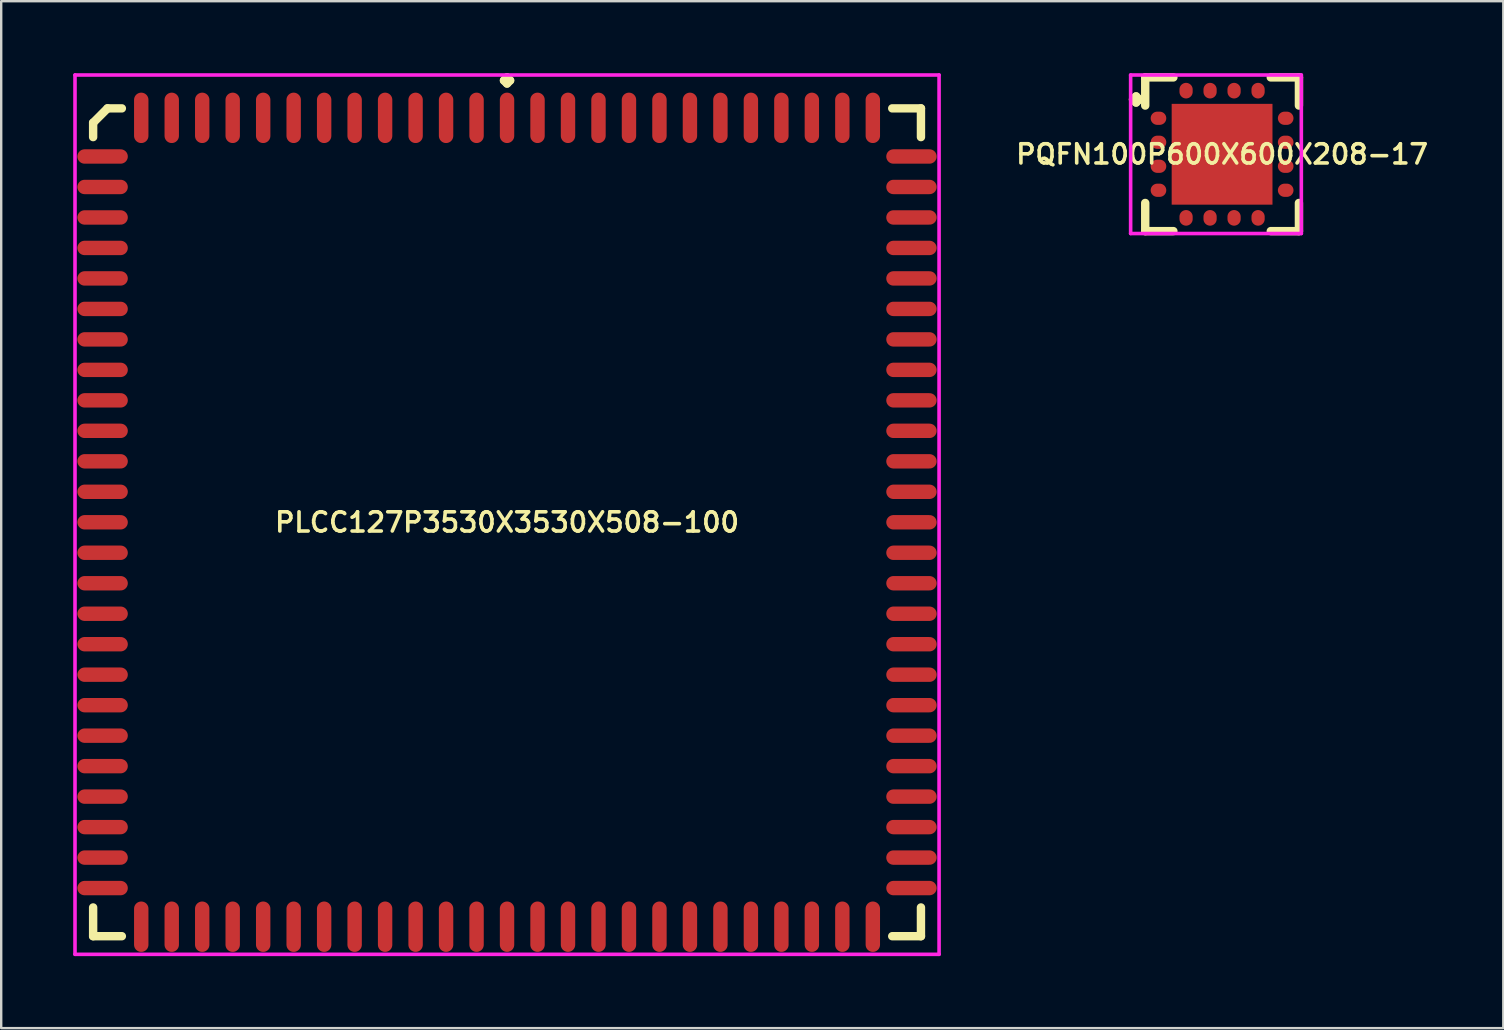
<source format=kicad_pcb>
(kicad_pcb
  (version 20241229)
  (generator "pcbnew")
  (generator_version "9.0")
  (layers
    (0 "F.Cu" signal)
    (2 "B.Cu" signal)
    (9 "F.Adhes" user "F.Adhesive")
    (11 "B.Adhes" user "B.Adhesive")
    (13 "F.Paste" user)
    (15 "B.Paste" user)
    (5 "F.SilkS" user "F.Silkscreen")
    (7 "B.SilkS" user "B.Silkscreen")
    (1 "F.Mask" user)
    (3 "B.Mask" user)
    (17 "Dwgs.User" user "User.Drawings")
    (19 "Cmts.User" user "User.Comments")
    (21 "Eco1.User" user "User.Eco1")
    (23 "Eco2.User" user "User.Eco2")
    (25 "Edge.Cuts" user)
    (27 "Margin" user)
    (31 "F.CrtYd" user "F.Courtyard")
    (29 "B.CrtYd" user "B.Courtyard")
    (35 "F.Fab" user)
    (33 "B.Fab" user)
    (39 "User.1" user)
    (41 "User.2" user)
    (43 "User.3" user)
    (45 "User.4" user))
  (footprint "PLCC127P3530X3530X508-100"
    (layer "F.Cu")
    (at 18.075 18.71)
    (property "Reference" "PLCC127P3530X3530X508-100" (at 0 0 0) (layer "F.SilkS") (effects (font (size 0.8 0.8) (thickness 0.15))))
    (attr smd)
    (fp_line (start -17.245 -16.646) (end -16.646 -17.245) (stroke (width 0.35) (type solid)) (layer "F.SilkS"))
    (fp_line (start -17.245 -16.048) (end -17.245 -16.646) (stroke (width 0.35) (type solid)) (layer "F.SilkS"))
    (fp_line (start -17.245 16.048) (end -17.245 17.245) (stroke (width 0.35) (type solid)) (layer "F.SilkS"))
    (fp_line (start -17.245 17.245) (end -16.048 17.245) (stroke (width 0.35) (type solid)) (layer "F.SilkS"))
    (fp_line (start -16.646 -17.245) (end -16.048 -17.245) (stroke (width 0.35) (type solid)) (layer "F.SilkS"))
    (fp_line (start -0.127 -18.408) (end 0 -18.535) (stroke (width 0.35) (type solid)) (layer "F.SilkS"))
    (fp_line (start 0 -18.535) (end 0.127 -18.408) (stroke (width 0.35) (type solid)) (layer "F.SilkS"))
    (fp_line (start 0 -18.281) (end -0.127 -18.408) (stroke (width 0.35) (type solid)) (layer "F.SilkS"))
    (fp_line (start 0.127 -18.408) (end 0 -18.281) (stroke (width 0.35) (type solid)) (layer "F.SilkS"))
    (fp_line (start 17.245 -17.245) (end 16.048 -17.245) (stroke (width 0.35) (type solid)) (layer "F.SilkS"))
    (fp_line (start 17.245 -16.048) (end 17.245 -17.245) (stroke (width 0.35) (type solid)) (layer "F.SilkS"))
    (fp_line (start 17.245 16.048) (end 17.245 17.245) (stroke (width 0.35) (type solid)) (layer "F.SilkS"))
    (fp_line (start 17.245 17.245) (end 16.048 17.245) (stroke (width 0.35) (type solid)) (layer "F.SilkS"))
    (fp_line (start -18 -18.635) (end 18 -18.635) (stroke (width 0.15) (type solid)) (layer "F.CrtYd"))
    (fp_line (start -18 18) (end -18 -18.635) (stroke (width 0.15) (type solid)) (layer "F.CrtYd"))
    (fp_line (start 18 -18.635) (end 18 18) (stroke (width 0.15) (type solid)) (layer "F.CrtYd"))
    (fp_line (start 18 18) (end -18 18) (stroke (width 0.15) (type solid)) (layer "F.CrtYd"))
    (pad "1" smd oval (at 0 -16.85) (size 0.6 2.1) (layers "F.Cu" "F.Mask" "F.Paste"))
    (pad "2" smd oval (at -1.27 -16.85) (size 0.6 2.1) (layers "F.Cu" "F.Mask" "F.Paste"))
    (pad "3" smd oval (at -2.54 -16.85) (size 0.6 2.1) (layers "F.Cu" "F.Mask" "F.Paste"))
    (pad "4" smd oval (at -3.81 -16.85) (size 0.6 2.1) (layers "F.Cu" "F.Mask" "F.Paste"))
    (pad "5" smd oval (at -5.08 -16.85) (size 0.6 2.1) (layers "F.Cu" "F.Mask" "F.Paste"))
    (pad "6" smd oval (at -6.35 -16.85) (size 0.6 2.1) (layers "F.Cu" "F.Mask" "F.Paste"))
    (pad "7" smd oval (at -7.62 -16.85) (size 0.6 2.1) (layers "F.Cu" "F.Mask" "F.Paste"))
    (pad "8" smd oval (at -8.89 -16.85) (size 0.6 2.1) (layers "F.Cu" "F.Mask" "F.Paste"))
    (pad "9" smd oval (at -10.16 -16.85) (size 0.6 2.1) (layers "F.Cu" "F.Mask" "F.Paste"))
    (pad "10" smd oval (at -11.43 -16.85) (size 0.6 2.1) (layers "F.Cu" "F.Mask" "F.Paste"))
    (pad "11" smd oval (at -12.7 -16.85) (size 0.6 2.1) (layers "F.Cu" "F.Mask" "F.Paste"))
    (pad "12" smd oval (at -13.97 -16.85) (size 0.6 2.1) (layers "F.Cu" "F.Mask" "F.Paste"))
    (pad "13" smd oval (at -15.24 -16.85) (size 0.6 2.1) (layers "F.Cu" "F.Mask" "F.Paste"))
    (pad "14" smd oval (at -16.85 -15.24) (size 2.1 0.6) (layers "F.Cu" "F.Mask" "F.Paste"))
    (pad "15" smd oval (at -16.85 -13.97) (size 2.1 0.6) (layers "F.Cu" "F.Mask" "F.Paste"))
    (pad "16" smd oval (at -16.85 -12.7) (size 2.1 0.6) (layers "F.Cu" "F.Mask" "F.Paste"))
    (pad "17" smd oval (at -16.85 -11.43) (size 2.1 0.6) (layers "F.Cu" "F.Mask" "F.Paste"))
    (pad "18" smd oval (at -16.85 -10.16) (size 2.1 0.6) (layers "F.Cu" "F.Mask" "F.Paste"))
    (pad "19" smd oval (at -16.85 -8.89) (size 2.1 0.6) (layers "F.Cu" "F.Mask" "F.Paste"))
    (pad "20" smd oval (at -16.85 -7.62) (size 2.1 0.6) (layers "F.Cu" "F.Mask" "F.Paste"))
    (pad "21" smd oval (at -16.85 -6.35) (size 2.1 0.6) (layers "F.Cu" "F.Mask" "F.Paste"))
    (pad "22" smd oval (at -16.85 -5.08) (size 2.1 0.6) (layers "F.Cu" "F.Mask" "F.Paste"))
    (pad "23" smd oval (at -16.85 -3.81) (size 2.1 0.6) (layers "F.Cu" "F.Mask" "F.Paste"))
    (pad "24" smd oval (at -16.85 -2.54) (size 2.1 0.6) (layers "F.Cu" "F.Mask" "F.Paste"))
    (pad "25" smd oval (at -16.85 -1.27) (size 2.1 0.6) (layers "F.Cu" "F.Mask" "F.Paste"))
    (pad "26" smd oval (at -16.85 0) (size 2.1 0.6) (layers "F.Cu" "F.Mask" "F.Paste"))
    (pad "27" smd oval (at -16.85 1.27) (size 2.1 0.6) (layers "F.Cu" "F.Mask" "F.Paste"))
    (pad "28" smd oval (at -16.85 2.54) (size 2.1 0.6) (layers "F.Cu" "F.Mask" "F.Paste"))
    (pad "29" smd oval (at -16.85 3.81) (size 2.1 0.6) (layers "F.Cu" "F.Mask" "F.Paste"))
    (pad "30" smd oval (at -16.85 5.08) (size 2.1 0.6) (layers "F.Cu" "F.Mask" "F.Paste"))
    (pad "31" smd oval (at -16.85 6.35) (size 2.1 0.6) (layers "F.Cu" "F.Mask" "F.Paste"))
    (pad "32" smd oval (at -16.85 7.62) (size 2.1 0.6) (layers "F.Cu" "F.Mask" "F.Paste"))
    (pad "33" smd oval (at -16.85 8.89) (size 2.1 0.6) (layers "F.Cu" "F.Mask" "F.Paste"))
    (pad "34" smd oval (at -16.85 10.16) (size 2.1 0.6) (layers "F.Cu" "F.Mask" "F.Paste"))
    (pad "35" smd oval (at -16.85 11.43) (size 2.1 0.6) (layers "F.Cu" "F.Mask" "F.Paste"))
    (pad "36" smd oval (at -16.85 12.7) (size 2.1 0.6) (layers "F.Cu" "F.Mask" "F.Paste"))
    (pad "37" smd oval (at -16.85 13.97) (size 2.1 0.6) (layers "F.Cu" "F.Mask" "F.Paste"))
    (pad "38" smd oval (at -16.85 15.24) (size 2.1 0.6) (layers "F.Cu" "F.Mask" "F.Paste"))
    (pad "39" smd oval (at -15.24 16.85) (size 0.6 2.1) (layers "F.Cu" "F.Mask" "F.Paste"))
    (pad "40" smd oval (at -13.97 16.85) (size 0.6 2.1) (layers "F.Cu" "F.Mask" "F.Paste"))
    (pad "41" smd oval (at -12.7 16.85) (size 0.6 2.1) (layers "F.Cu" "F.Mask" "F.Paste"))
    (pad "42" smd oval (at -11.43 16.85) (size 0.6 2.1) (layers "F.Cu" "F.Mask" "F.Paste"))
    (pad "43" smd oval (at -10.16 16.85) (size 0.6 2.1) (layers "F.Cu" "F.Mask" "F.Paste"))
    (pad "44" smd oval (at -8.89 16.85) (size 0.6 2.1) (layers "F.Cu" "F.Mask" "F.Paste"))
    (pad "45" smd oval (at -7.62 16.85) (size 0.6 2.1) (layers "F.Cu" "F.Mask" "F.Paste"))
    (pad "46" smd oval (at -6.35 16.85) (size 0.6 2.1) (layers "F.Cu" "F.Mask" "F.Paste"))
    (pad "47" smd oval (at -5.08 16.85) (size 0.6 2.1) (layers "F.Cu" "F.Mask" "F.Paste"))
    (pad "48" smd oval (at -3.81 16.85) (size 0.6 2.1) (layers "F.Cu" "F.Mask" "F.Paste"))
    (pad "49" smd oval (at -2.54 16.85) (size 0.6 2.1) (layers "F.Cu" "F.Mask" "F.Paste"))
    (pad "50" smd oval (at -1.27 16.85) (size 0.6 2.1) (layers "F.Cu" "F.Mask" "F.Paste"))
    (pad "51" smd oval (at 0 16.85) (size 0.6 2.1) (layers "F.Cu" "F.Mask" "F.Paste"))
    (pad "52" smd oval (at 1.27 16.85) (size 0.6 2.1) (layers "F.Cu" "F.Mask" "F.Paste"))
    (pad "53" smd oval (at 2.54 16.85) (size 0.6 2.1) (layers "F.Cu" "F.Mask" "F.Paste"))
    (pad "54" smd oval (at 3.81 16.85) (size 0.6 2.1) (layers "F.Cu" "F.Mask" "F.Paste"))
    (pad "55" smd oval (at 5.08 16.85) (size 0.6 2.1) (layers "F.Cu" "F.Mask" "F.Paste"))
    (pad "56" smd oval (at 6.35 16.85) (size 0.6 2.1) (layers "F.Cu" "F.Mask" "F.Paste"))
    (pad "57" smd oval (at 7.62 16.85) (size 0.6 2.1) (layers "F.Cu" "F.Mask" "F.Paste"))
    (pad "58" smd oval (at 8.89 16.85) (size 0.6 2.1) (layers "F.Cu" "F.Mask" "F.Paste"))
    (pad "59" smd oval (at 10.16 16.85) (size 0.6 2.1) (layers "F.Cu" "F.Mask" "F.Paste"))
    (pad "60" smd oval (at 11.43 16.85) (size 0.6 2.1) (layers "F.Cu" "F.Mask" "F.Paste"))
    (pad "61" smd oval (at 12.7 16.85) (size 0.6 2.1) (layers "F.Cu" "F.Mask" "F.Paste"))
    (pad "62" smd oval (at 13.97 16.85) (size 0.6 2.1) (layers "F.Cu" "F.Mask" "F.Paste"))
    (pad "63" smd oval (at 15.24 16.85) (size 0.6 2.1) (layers "F.Cu" "F.Mask" "F.Paste"))
    (pad "64" smd oval (at 16.85 15.24) (size 2.1 0.6) (layers "F.Cu" "F.Mask" "F.Paste"))
    (pad "65" smd oval (at 16.85 13.97) (size 2.1 0.6) (layers "F.Cu" "F.Mask" "F.Paste"))
    (pad "66" smd oval (at 16.85 12.7) (size 2.1 0.6) (layers "F.Cu" "F.Mask" "F.Paste"))
    (pad "67" smd oval (at 16.85 11.43) (size 2.1 0.6) (layers "F.Cu" "F.Mask" "F.Paste"))
    (pad "68" smd oval (at 16.85 10.16) (size 2.1 0.6) (layers "F.Cu" "F.Mask" "F.Paste"))
    (pad "69" smd oval (at 16.85 8.89) (size 2.1 0.6) (layers "F.Cu" "F.Mask" "F.Paste"))
    (pad "70" smd oval (at 16.85 7.62) (size 2.1 0.6) (layers "F.Cu" "F.Mask" "F.Paste"))
    (pad "71" smd oval (at 16.85 6.35) (size 2.1 0.6) (layers "F.Cu" "F.Mask" "F.Paste"))
    (pad "72" smd oval (at 16.85 5.08) (size 2.1 0.6) (layers "F.Cu" "F.Mask" "F.Paste"))
    (pad "73" smd oval (at 16.85 3.81) (size 2.1 0.6) (layers "F.Cu" "F.Mask" "F.Paste"))
    (pad "74" smd oval (at 16.85 2.54) (size 2.1 0.6) (layers "F.Cu" "F.Mask" "F.Paste"))
    (pad "75" smd oval (at 16.85 1.27) (size 2.1 0.6) (layers "F.Cu" "F.Mask" "F.Paste"))
    (pad "76" smd oval (at 16.85 0) (size 2.1 0.6) (layers "F.Cu" "F.Mask" "F.Paste"))
    (pad "77" smd oval (at 16.85 -1.27) (size 2.1 0.6) (layers "F.Cu" "F.Mask" "F.Paste"))
    (pad "78" smd oval (at 16.85 -2.54) (size 2.1 0.6) (layers "F.Cu" "F.Mask" "F.Paste"))
    (pad "79" smd oval (at 16.85 -3.81) (size 2.1 0.6) (layers "F.Cu" "F.Mask" "F.Paste"))
    (pad "80" smd oval (at 16.85 -5.08) (size 2.1 0.6) (layers "F.Cu" "F.Mask" "F.Paste"))
    (pad "81" smd oval (at 16.85 -6.35) (size 2.1 0.6) (layers "F.Cu" "F.Mask" "F.Paste"))
    (pad "82" smd oval (at 16.85 -7.62) (size 2.1 0.6) (layers "F.Cu" "F.Mask" "F.Paste"))
    (pad "83" smd oval (at 16.85 -8.89) (size 2.1 0.6) (layers "F.Cu" "F.Mask" "F.Paste"))
    (pad "84" smd oval (at 16.85 -10.16) (size 2.1 0.6) (layers "F.Cu" "F.Mask" "F.Paste"))
    (pad "85" smd oval (at 16.85 -11.43) (size 2.1 0.6) (layers "F.Cu" "F.Mask" "F.Paste"))
    (pad "86" smd oval (at 16.85 -12.7) (size 2.1 0.6) (layers "F.Cu" "F.Mask" "F.Paste"))
    (pad "87" smd oval (at 16.85 -13.97) (size 2.1 0.6) (layers "F.Cu" "F.Mask" "F.Paste"))
    (pad "88" smd oval (at 16.85 -15.24) (size 2.1 0.6) (layers "F.Cu" "F.Mask" "F.Paste"))
    (pad "89" smd oval (at 15.24 -16.85) (size 0.6 2.1) (layers "F.Cu" "F.Mask" "F.Paste"))
    (pad "90" smd oval (at 13.97 -16.85) (size 0.6 2.1) (layers "F.Cu" "F.Mask" "F.Paste"))
    (pad "91" smd oval (at 12.7 -16.85) (size 0.6 2.1) (layers "F.Cu" "F.Mask" "F.Paste"))
    (pad "92" smd oval (at 11.43 -16.85) (size 0.6 2.1) (layers "F.Cu" "F.Mask" "F.Paste"))
    (pad "93" smd oval (at 10.16 -16.85) (size 0.6 2.1) (layers "F.Cu" "F.Mask" "F.Paste"))
    (pad "94" smd oval (at 8.89 -16.85) (size 0.6 2.1) (layers "F.Cu" "F.Mask" "F.Paste"))
    (pad "95" smd oval (at 7.62 -16.85) (size 0.6 2.1) (layers "F.Cu" "F.Mask" "F.Paste"))
    (pad "96" smd oval (at 6.35 -16.85) (size 0.6 2.1) (layers "F.Cu" "F.Mask" "F.Paste"))
    (pad "97" smd oval (at 5.08 -16.85) (size 0.6 2.1) (layers "F.Cu" "F.Mask" "F.Paste"))
    (pad "98" smd oval (at 3.81 -16.85) (size 0.6 2.1) (layers "F.Cu" "F.Mask" "F.Paste"))
    (pad "99" smd oval (at 2.54 -16.85) (size 0.6 2.1) (layers "F.Cu" "F.Mask" "F.Paste"))
    (pad "100" smd oval (at 1.27 -16.85) (size 0.6 2.1) (layers "F.Cu" "F.Mask" "F.Paste")))
  (footprint "PQFN100P600X600X208-17"
    (layer "F.Cu")
    (at 47.866 3.377)
    (property "Reference" "PQFN100P600X600X208-17" (at 0 0 0) (layer "F.SilkS") (effects (font (size 0.8 0.8) (thickness 0.15))))
    (attr smd)
    (fp_line (start -3.71 -2.283) (end -3.583 -2.41) (stroke (width 0.35) (type solid)) (layer "F.SilkS"))
    (fp_line (start -3.583 -2.41) (end -3.456 -2.283) (stroke (width 0.35) (type solid)) (layer "F.SilkS"))
    (fp_line (start -3.583 -2.156) (end -3.71 -2.283) (stroke (width 0.35) (type solid)) (layer "F.SilkS"))
    (fp_line (start -3.456 -2.283) (end -3.583 -2.156) (stroke (width 0.35) (type solid)) (layer "F.SilkS"))
    (fp_line (start -3.202 -3.202) (end -2.029 -3.202) (stroke (width 0.35) (type solid)) (layer "F.SilkS"))
    (fp_line (start -3.202 -2.029) (end -3.202 -3.202) (stroke (width 0.35) (type solid)) (layer "F.SilkS"))
    (fp_line (start -3.202 2.029) (end -3.202 3.202) (stroke (width 0.35) (type solid)) (layer "F.SilkS"))
    (fp_line (start -3.202 3.202) (end -2.029 3.202) (stroke (width 0.35) (type solid)) (layer "F.SilkS"))
    (fp_line (start 2.029 -3.202) (end 3.202 -3.202) (stroke (width 0.35) (type solid)) (layer "F.SilkS"))
    (fp_line (start 2.029 3.202) (end 3.202 3.202) (stroke (width 0.35) (type solid)) (layer "F.SilkS"))
    (fp_line (start 3.202 -3.202) (end 3.202 -2.029) (stroke (width 0.35) (type solid)) (layer "F.SilkS"))
    (fp_line (start 3.202 3.202) (end 3.202 2.029) (stroke (width 0.35) (type solid)) (layer "F.SilkS"))
    (fp_line (start -3.81 -3.302) (end 3.302 -3.302) (stroke (width 0.15) (type solid)) (layer "F.CrtYd"))
    (fp_line (start -3.81 3.302) (end -3.81 -3.302) (stroke (width 0.15) (type solid)) (layer "F.CrtYd"))
    (fp_line (start 3.302 -3.302) (end 3.302 3.302) (stroke (width 0.15) (type solid)) (layer "F.CrtYd"))
    (fp_line (start 3.302 3.302) (end -3.81 3.302) (stroke (width 0.15) (type solid)) (layer "F.CrtYd"))
    (pad "1" smd oval (at -2.65 -1.5) (size 0.65 0.55) (layers "F.Cu" "F.Mask" "F.Paste"))
    (pad "2" smd oval (at -2.65 -0.5) (size 0.65 0.55) (layers "F.Cu" "F.Mask" "F.Paste"))
    (pad "3" smd oval (at -2.65 0.5) (size 0.65 0.55) (layers "F.Cu" "F.Mask" "F.Paste"))
    (pad "4" smd oval (at -2.65 1.5) (size 0.65 0.55) (layers "F.Cu" "F.Mask" "F.Paste"))
    (pad "5" smd oval (at -1.5 2.65) (size 0.55 0.65) (layers "F.Cu" "F.Mask" "F.Paste"))
    (pad "6" smd oval (at -0.5 2.65) (size 0.55 0.65) (layers "F.Cu" "F.Mask" "F.Paste"))
    (pad "7" smd oval (at 0.5 2.65) (size 0.55 0.65) (layers "F.Cu" "F.Mask" "F.Paste"))
    (pad "8" smd oval (at 1.5 2.65) (size 0.55 0.65) (layers "F.Cu" "F.Mask" "F.Paste"))
    (pad "9" smd oval (at 2.65 1.5) (size 0.65 0.55) (layers "F.Cu" "F.Mask" "F.Paste"))
    (pad "10" smd oval (at 2.65 0.5) (size 0.65 0.55) (layers "F.Cu" "F.Mask" "F.Paste"))
    (pad "11" smd oval (at 2.65 -0.5) (size 0.65 0.55) (layers "F.Cu" "F.Mask" "F.Paste"))
    (pad "12" smd oval (at 2.65 -1.5) (size 0.65 0.55) (layers "F.Cu" "F.Mask" "F.Paste"))
    (pad "13" smd oval (at 1.5 -2.65) (size 0.55 0.65) (layers "F.Cu" "F.Mask" "F.Paste"))
    (pad "14" smd oval (at 0.5 -2.65) (size 0.55 0.65) (layers "F.Cu" "F.Mask" "F.Paste"))
    (pad "15" smd oval (at -0.5 -2.65) (size 0.55 0.65) (layers "F.Cu" "F.Mask" "F.Paste"))
    (pad "16" smd oval (at -1.5 -2.65) (size 0.55 0.65) (layers "F.Cu" "F.Mask" "F.Paste"))
    (pad "17" smd rect (at 0 0) (size 4.2 4.2) (layers "F.Cu" "F.Mask" "F.Paste")))
  (gr_rect
    (start -3 -3)
    (end 59.583 39.785)
    (stroke (width 0.1) (type default))
    (fill no)
    (layer "Edge.Cuts")))
</source>
